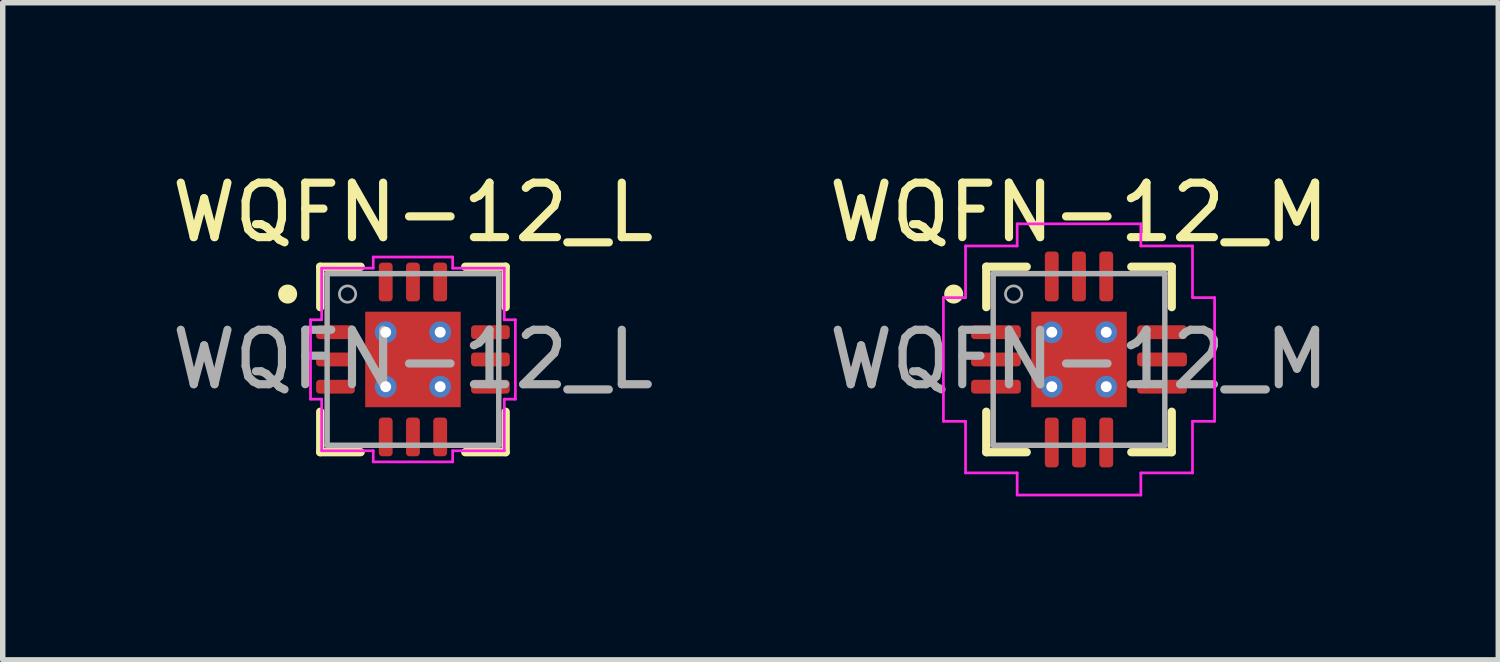
<source format=kicad_pcb>
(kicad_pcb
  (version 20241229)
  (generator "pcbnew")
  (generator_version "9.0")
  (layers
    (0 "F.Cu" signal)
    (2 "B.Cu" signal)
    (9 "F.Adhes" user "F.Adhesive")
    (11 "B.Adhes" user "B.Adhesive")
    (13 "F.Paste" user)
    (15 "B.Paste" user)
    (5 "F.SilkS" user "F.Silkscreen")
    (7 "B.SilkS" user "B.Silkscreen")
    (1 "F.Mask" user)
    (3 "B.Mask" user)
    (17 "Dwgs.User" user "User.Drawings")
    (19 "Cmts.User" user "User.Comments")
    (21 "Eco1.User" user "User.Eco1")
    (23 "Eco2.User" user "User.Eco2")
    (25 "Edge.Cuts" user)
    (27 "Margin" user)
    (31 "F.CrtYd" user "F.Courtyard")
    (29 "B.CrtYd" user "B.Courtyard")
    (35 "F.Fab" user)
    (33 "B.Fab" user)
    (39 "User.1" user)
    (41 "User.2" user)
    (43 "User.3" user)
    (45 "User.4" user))
  (footprint "WQFN-12_L"
    (layer "F.Cu")
    (at 4.53 3.548)
    (property "Reference" "WQFN-12_L" (at 0 -2.7 0) (unlocked yes) (layer "F.SilkS") (effects (font (size 1 1) (thickness 0.15))))
    (attr smd)
    (fp_line (start -1.702 -1.702) (end -1.702 -0.96) (stroke (width 0.152) (type solid)) (layer "F.SilkS"))
    (fp_line (start -1.702 0.96) (end -1.702 1.702) (stroke (width 0.152) (type solid)) (layer "F.SilkS"))
    (fp_line (start -1.702 1.702) (end -0.96 1.702) (stroke (width 0.152) (type solid)) (layer "F.SilkS"))
    (fp_line (start -0.96 -1.702) (end -1.702 -1.702) (stroke (width 0.152) (type solid)) (layer "F.SilkS"))
    (fp_line (start 0.96 1.702) (end 1.702 1.702) (stroke (width 0.152) (type solid)) (layer "F.SilkS"))
    (fp_line (start 1.702 -1.702) (end 0.96 -1.702) (stroke (width 0.152) (type solid)) (layer "F.SilkS"))
    (fp_line (start 1.702 -0.96) (end 1.702 -1.702) (stroke (width 0.152) (type solid)) (layer "F.SilkS"))
    (fp_line (start 1.702 1.702) (end 1.702 0.96) (stroke (width 0.152) (type solid)) (layer "F.SilkS"))
    (fp_circle (center -2.3 -1.2) (end -2.15 -1.2) (stroke (width 0.05) (type solid)) (fill yes) (layer "F.SilkS"))
    (fp_rect (start -0.825 -0.825) (end 0.825 0.825) (stroke (width 0.01) (type solid)) (fill yes) (layer "F.Paste"))
    (fp_line (start -1.88 -0.729) (end -1.676 -0.729) (stroke (width 0.05) (type solid)) (layer "F.CrtYd"))
    (fp_line (start -1.88 0.729) (end -1.88 -0.729) (stroke (width 0.05) (type solid)) (layer "F.CrtYd"))
    (fp_line (start -1.676 -1.676) (end -0.729 -1.676) (stroke (width 0.05) (type solid)) (layer "F.CrtYd"))
    (fp_line (start -1.676 -0.729) (end -1.676 -1.676) (stroke (width 0.05) (type solid)) (layer "F.CrtYd"))
    (fp_line (start -1.676 0.729) (end -1.88 0.729) (stroke (width 0.05) (type solid)) (layer "F.CrtYd"))
    (fp_line (start -1.676 1.676) (end -1.676 0.729) (stroke (width 0.05) (type solid)) (layer "F.CrtYd"))
    (fp_line (start -0.729 -1.88) (end 0.729 -1.88) (stroke (width 0.05) (type solid)) (layer "F.CrtYd"))
    (fp_line (start -0.729 -1.676) (end -0.729 -1.88) (stroke (width 0.05) (type solid)) (layer "F.CrtYd"))
    (fp_line (start -0.729 1.676) (end -1.676 1.676) (stroke (width 0.05) (type solid)) (layer "F.CrtYd"))
    (fp_line (start -0.729 1.88) (end -0.729 1.676) (stroke (width 0.05) (type solid)) (layer "F.CrtYd"))
    (fp_line (start 0.729 -1.88) (end 0.729 -1.676) (stroke (width 0.05) (type solid)) (layer "F.CrtYd"))
    (fp_line (start 0.729 -1.676) (end 1.676 -1.676) (stroke (width 0.05) (type solid)) (layer "F.CrtYd"))
    (fp_line (start 0.729 1.676) (end 0.729 1.88) (stroke (width 0.05) (type solid)) (layer "F.CrtYd"))
    (fp_line (start 0.729 1.88) (end -0.729 1.88) (stroke (width 0.05) (type solid)) (layer "F.CrtYd"))
    (fp_line (start 1.676 -1.676) (end 1.676 -0.729) (stroke (width 0.05) (type solid)) (layer "F.CrtYd"))
    (fp_line (start 1.676 -0.729) (end 1.88 -0.729) (stroke (width 0.05) (type solid)) (layer "F.CrtYd"))
    (fp_line (start 1.676 0.729) (end 1.676 1.676) (stroke (width 0.05) (type solid)) (layer "F.CrtYd"))
    (fp_line (start 1.676 1.676) (end 0.729 1.676) (stroke (width 0.05) (type solid)) (layer "F.CrtYd"))
    (fp_line (start 1.88 -0.729) (end 1.88 0.729) (stroke (width 0.05) (type solid)) (layer "F.CrtYd"))
    (fp_line (start 1.88 0.729) (end 1.676 0.729) (stroke (width 0.05) (type solid)) (layer "F.CrtYd"))
    (fp_line (start -1.575 -1.575) (end -1.575 -1.575) (stroke (width 0.1) (type solid)) (layer "F.Fab"))
    (fp_line (start -1.575 -1.575) (end -1.575 1.575) (stroke (width 0.1) (type solid)) (layer "F.Fab"))
    (fp_line (start -1.575 -0.653) (end -1.575 -0.653) (stroke (width 0.025) (type solid)) (layer "F.Fab"))
    (fp_line (start -1.575 -0.653) (end -1.575 -0.348) (stroke (width 0.025) (type solid)) (layer "F.Fab"))
    (fp_line (start -1.575 -0.348) (end -1.575 -0.653) (stroke (width 0.025) (type solid)) (layer "F.Fab"))
    (fp_line (start -1.575 -0.348) (end -1.575 -0.348) (stroke (width 0.025) (type solid)) (layer "F.Fab"))
    (fp_line (start -1.575 -0.152) (end -1.575 -0.152) (stroke (width 0.025) (type solid)) (layer "F.Fab"))
    (fp_line (start -1.575 -0.152) (end -1.575 0.152) (stroke (width 0.025) (type solid)) (layer "F.Fab"))
    (fp_line (start -1.575 0.152) (end -1.575 -0.152) (stroke (width 0.025) (type solid)) (layer "F.Fab"))
    (fp_line (start -1.575 0.152) (end -1.575 0.152) (stroke (width 0.025) (type solid)) (layer "F.Fab"))
    (fp_line (start -1.575 0.348) (end -1.575 0.348) (stroke (width 0.025) (type solid)) (layer "F.Fab"))
    (fp_line (start -1.575 0.348) (end -1.575 0.653) (stroke (width 0.025) (type solid)) (layer "F.Fab"))
    (fp_line (start -1.575 0.653) (end -1.575 0.348) (stroke (width 0.025) (type solid)) (layer "F.Fab"))
    (fp_line (start -1.575 0.653) (end -1.575 0.653) (stroke (width 0.025) (type solid)) (layer "F.Fab"))
    (fp_line (start -1.575 1.575) (end -1.575 1.575) (stroke (width 0.1) (type solid)) (layer "F.Fab"))
    (fp_line (start -1.575 1.575) (end 1.575 1.575) (stroke (width 0.1) (type solid)) (layer "F.Fab"))
    (fp_line (start -0.653 -1.575) (end -0.653 -1.575) (stroke (width 0.025) (type solid)) (layer "F.Fab"))
    (fp_line (start -0.653 -1.575) (end -0.348 -1.575) (stroke (width 0.025) (type solid)) (layer "F.Fab"))
    (fp_line (start -0.653 1.575) (end -0.653 1.575) (stroke (width 0.025) (type solid)) (layer "F.Fab"))
    (fp_line (start -0.653 1.575) (end -0.348 1.575) (stroke (width 0.025) (type solid)) (layer "F.Fab"))
    (fp_line (start -0.348 -1.575) (end -0.653 -1.575) (stroke (width 0.025) (type solid)) (layer "F.Fab"))
    (fp_line (start -0.348 -1.575) (end -0.348 -1.575) (stroke (width 0.025) (type solid)) (layer "F.Fab"))
    (fp_line (start -0.348 1.575) (end -0.653 1.575) (stroke (width 0.025) (type solid)) (layer "F.Fab"))
    (fp_line (start -0.348 1.575) (end -0.348 1.575) (stroke (width 0.025) (type solid)) (layer "F.Fab"))
    (fp_line (start -0.152 -1.575) (end -0.152 -1.575) (stroke (width 0.025) (type solid)) (layer "F.Fab"))
    (fp_line (start -0.152 -1.575) (end 0.152 -1.575) (stroke (width 0.025) (type solid)) (layer "F.Fab"))
    (fp_line (start -0.152 1.575) (end -0.152 1.575) (stroke (width 0.025) (type solid)) (layer "F.Fab"))
    (fp_line (start -0.152 1.575) (end 0.152 1.575) (stroke (width 0.025) (type solid)) (layer "F.Fab"))
    (fp_line (start 0.152 -1.575) (end -0.152 -1.575) (stroke (width 0.025) (type solid)) (layer "F.Fab"))
    (fp_line (start 0.152 -1.575) (end 0.152 -1.575) (stroke (width 0.025) (type solid)) (layer "F.Fab"))
    (fp_line (start 0.152 1.575) (end -0.152 1.575) (stroke (width 0.025) (type solid)) (layer "F.Fab"))
    (fp_line (start 0.152 1.575) (end 0.152 1.575) (stroke (width 0.025) (type solid)) (layer "F.Fab"))
    (fp_line (start 0.348 -1.575) (end 0.348 -1.575) (stroke (width 0.025) (type solid)) (layer "F.Fab"))
    (fp_line (start 0.348 -1.575) (end 0.653 -1.575) (stroke (width 0.025) (type solid)) (layer "F.Fab"))
    (fp_line (start 0.348 1.575) (end 0.348 1.575) (stroke (width 0.025) (type solid)) (layer "F.Fab"))
    (fp_line (start 0.348 1.575) (end 0.653 1.575) (stroke (width 0.025) (type solid)) (layer "F.Fab"))
    (fp_line (start 0.653 -1.575) (end 0.348 -1.575) (stroke (width 0.025) (type solid)) (layer "F.Fab"))
    (fp_line (start 0.653 -1.575) (end 0.653 -1.575) (stroke (width 0.025) (type solid)) (layer "F.Fab"))
    (fp_line (start 0.653 1.575) (end 0.348 1.575) (stroke (width 0.025) (type solid)) (layer "F.Fab"))
    (fp_line (start 0.653 1.575) (end 0.653 1.575) (stroke (width 0.025) (type solid)) (layer "F.Fab"))
    (fp_line (start 1.575 -1.575) (end -1.575 -1.575) (stroke (width 0.1) (type solid)) (layer "F.Fab"))
    (fp_line (start 1.575 -1.575) (end 1.575 -1.575) (stroke (width 0.1) (type solid)) (layer "F.Fab"))
    (fp_line (start 1.575 -0.653) (end 1.575 -0.653) (stroke (width 0.025) (type solid)) (layer "F.Fab"))
    (fp_line (start 1.575 -0.653) (end 1.575 -0.348) (stroke (width 0.025) (type solid)) (layer "F.Fab"))
    (fp_line (start 1.575 -0.348) (end 1.575 -0.653) (stroke (width 0.025) (type solid)) (layer "F.Fab"))
    (fp_line (start 1.575 -0.348) (end 1.575 -0.348) (stroke (width 0.025) (type solid)) (layer "F.Fab"))
    (fp_line (start 1.575 -0.152) (end 1.575 -0.152) (stroke (width 0.025) (type solid)) (layer "F.Fab"))
    (fp_line (start 1.575 -0.152) (end 1.575 0.152) (stroke (width 0.025) (type solid)) (layer "F.Fab"))
    (fp_line (start 1.575 0.152) (end 1.575 -0.152) (stroke (width 0.025) (type solid)) (layer "F.Fab"))
    (fp_line (start 1.575 0.152) (end 1.575 0.152) (stroke (width 0.025) (type solid)) (layer "F.Fab"))
    (fp_line (start 1.575 0.348) (end 1.575 0.348) (stroke (width 0.025) (type solid)) (layer "F.Fab"))
    (fp_line (start 1.575 0.348) (end 1.575 0.653) (stroke (width 0.025) (type solid)) (layer "F.Fab"))
    (fp_line (start 1.575 0.653) (end 1.575 0.348) (stroke (width 0.025) (type solid)) (layer "F.Fab"))
    (fp_line (start 1.575 0.653) (end 1.575 0.653) (stroke (width 0.025) (type solid)) (layer "F.Fab"))
    (fp_line (start 1.575 1.575) (end 1.575 -1.575) (stroke (width 0.1) (type solid)) (layer "F.Fab"))
    (fp_line (start 1.575 1.575) (end 1.575 1.575) (stroke (width 0.1) (type solid)) (layer "F.Fab"))
    (fp_circle (center -1.2 -1.2) (end -1.05 -1.2) (stroke (width 0.05) (type solid)) (fill no) (layer "F.Fab"))
    (fp_text user "${REFERENCE}" (at 0 0 0) (unlocked yes) (layer "F.Fab") (effects (font (size 1 1) (thickness 0.15))))
    (pad "1" smd roundrect (at -1.422 -0.5 90) (size 0.254 0.711) (layers "F.Cu" "F.Mask" "F.Paste") (roundrect_rratio 0.25))
    (pad "2" smd roundrect (at -1.422 0 90) (size 0.254 0.711) (layers "F.Cu" "F.Mask" "F.Paste") (roundrect_rratio 0.25))
    (pad "3" smd roundrect (at -1.422 0.5 90) (size 0.254 0.711) (layers "F.Cu" "F.Mask" "F.Paste") (roundrect_rratio 0.25))
    (pad "4" smd roundrect (at -0.5 1.422) (size 0.254 0.711) (layers "F.Cu" "F.Mask" "F.Paste") (roundrect_rratio 0.25))
    (pad "5" smd roundrect (at 0 1.422) (size 0.254 0.711) (layers "F.Cu" "F.Mask" "F.Paste") (roundrect_rratio 0.25))
    (pad "6" smd roundrect (at 0.5 1.422) (size 0.254 0.711) (layers "F.Cu" "F.Mask" "F.Paste") (roundrect_rratio 0.25))
    (pad "7" smd roundrect (at 1.422 0.5 90) (size 0.254 0.711) (layers "F.Cu" "F.Mask" "F.Paste") (roundrect_rratio 0.25))
    (pad "8" smd roundrect (at 1.422 0 90) (size 0.254 0.711) (layers "F.Cu" "F.Mask" "F.Paste") (roundrect_rratio 0.25))
    (pad "9" smd roundrect (at 1.422 -0.5 90) (size 0.254 0.711) (layers "F.Cu" "F.Mask" "F.Paste") (roundrect_rratio 0.25))
    (pad "10" smd roundrect (at 0.5 -1.422) (size 0.254 0.711) (layers "F.Cu" "F.Mask" "F.Paste") (roundrect_rratio 0.25))
    (pad "11" smd roundrect (at 0 -1.422) (size 0.254 0.711) (layers "F.Cu" "F.Mask" "F.Paste") (roundrect_rratio 0.25))
    (pad "12" smd roundrect (at -0.5 -1.422) (size 0.254 0.711) (layers "F.Cu" "F.Mask" "F.Paste") (roundrect_rratio 0.25))
    (pad "13" thru_hole circle (at -0.5 -0.5) (size 0.4 0.4) (drill 0.2) (layers "*.Cu" "*.Mask"))
    (pad "13" thru_hole circle (at -0.5 0.5) (size 0.4 0.4) (drill 0.2) (layers "*.Cu" "*.Mask"))
    (pad "13" smd rect (at 0 0) (size 1.753 1.753) (layers "F.Cu" "F.Mask"))
    (pad "13" thru_hole circle (at 0.5 -0.5) (size 0.4 0.4) (drill 0.2) (layers "*.Cu" "*.Mask"))
    (pad "13" thru_hole circle (at 0.5 0.5) (size 0.4 0.4) (drill 0.2) (layers "*.Cu" "*.Mask")))
  (footprint "WQFN-12_M"
    (layer "F.Cu")
    (at 16.756 3.548)
    (property "Reference" "WQFN-12_M" (at 0 -2.7 0) (unlocked yes) (layer "F.SilkS") (effects (font (size 1 1) (thickness 0.15))))
    (attr smd)
    (fp_line (start -1.702 -1.702) (end -1.702 -0.96) (stroke (width 0.152) (type solid)) (layer "F.SilkS"))
    (fp_line (start -1.702 0.96) (end -1.702 1.702) (stroke (width 0.152) (type solid)) (layer "F.SilkS"))
    (fp_line (start -1.702 1.702) (end -0.96 1.702) (stroke (width 0.152) (type solid)) (layer "F.SilkS"))
    (fp_line (start -0.96 -1.702) (end -1.702 -1.702) (stroke (width 0.152) (type solid)) (layer "F.SilkS"))
    (fp_line (start 0.96 1.702) (end 1.702 1.702) (stroke (width 0.152) (type solid)) (layer "F.SilkS"))
    (fp_line (start 1.702 -1.702) (end 0.96 -1.702) (stroke (width 0.152) (type solid)) (layer "F.SilkS"))
    (fp_line (start 1.702 -0.96) (end 1.702 -1.702) (stroke (width 0.152) (type solid)) (layer "F.SilkS"))
    (fp_line (start 1.702 1.702) (end 1.702 0.96) (stroke (width 0.152) (type solid)) (layer "F.SilkS"))
    (fp_circle (center -2.3 -1.2) (end -2.15 -1.2) (stroke (width 0.05) (type solid)) (fill yes) (layer "F.SilkS"))
    (fp_rect (start -0.825 -0.825) (end 0.825 0.825) (stroke (width 0.01) (type solid)) (fill yes) (layer "F.Paste"))
    (fp_line (start -2.489 -1.135) (end -2.083 -1.135) (stroke (width 0.05) (type solid)) (layer "F.CrtYd"))
    (fp_line (start -2.489 1.135) (end -2.489 -1.135) (stroke (width 0.05) (type solid)) (layer "F.CrtYd"))
    (fp_line (start -2.083 -2.083) (end -1.135 -2.083) (stroke (width 0.05) (type solid)) (layer "F.CrtYd"))
    (fp_line (start -2.083 -1.135) (end -2.083 -2.083) (stroke (width 0.05) (type solid)) (layer "F.CrtYd"))
    (fp_line (start -2.083 1.135) (end -2.489 1.135) (stroke (width 0.05) (type solid)) (layer "F.CrtYd"))
    (fp_line (start -2.083 2.083) (end -2.083 1.135) (stroke (width 0.05) (type solid)) (layer "F.CrtYd"))
    (fp_line (start -1.135 -2.489) (end 1.135 -2.489) (stroke (width 0.05) (type solid)) (layer "F.CrtYd"))
    (fp_line (start -1.135 -2.083) (end -1.135 -2.489) (stroke (width 0.05) (type solid)) (layer "F.CrtYd"))
    (fp_line (start -1.135 2.083) (end -2.083 2.083) (stroke (width 0.05) (type solid)) (layer "F.CrtYd"))
    (fp_line (start -1.135 2.489) (end -1.135 2.083) (stroke (width 0.05) (type solid)) (layer "F.CrtYd"))
    (fp_line (start 1.135 -2.489) (end 1.135 -2.083) (stroke (width 0.05) (type solid)) (layer "F.CrtYd"))
    (fp_line (start 1.135 -2.083) (end 2.083 -2.083) (stroke (width 0.05) (type solid)) (layer "F.CrtYd"))
    (fp_line (start 1.135 2.083) (end 1.135 2.489) (stroke (width 0.05) (type solid)) (layer "F.CrtYd"))
    (fp_line (start 1.135 2.489) (end -1.135 2.489) (stroke (width 0.05) (type solid)) (layer "F.CrtYd"))
    (fp_line (start 2.083 -2.083) (end 2.083 -1.135) (stroke (width 0.05) (type solid)) (layer "F.CrtYd"))
    (fp_line (start 2.083 -1.135) (end 2.489 -1.135) (stroke (width 0.05) (type solid)) (layer "F.CrtYd"))
    (fp_line (start 2.083 1.135) (end 2.083 2.083) (stroke (width 0.05) (type solid)) (layer "F.CrtYd"))
    (fp_line (start 2.083 2.083) (end 1.135 2.083) (stroke (width 0.05) (type solid)) (layer "F.CrtYd"))
    (fp_line (start 2.489 -1.135) (end 2.489 1.135) (stroke (width 0.05) (type solid)) (layer "F.CrtYd"))
    (fp_line (start 2.489 1.135) (end 2.083 1.135) (stroke (width 0.05) (type solid)) (layer "F.CrtYd"))
    (fp_line (start -1.575 -1.575) (end -1.575 -1.575) (stroke (width 0.1) (type solid)) (layer "F.Fab"))
    (fp_line (start -1.575 -1.575) (end -1.575 1.575) (stroke (width 0.1) (type solid)) (layer "F.Fab"))
    (fp_line (start -1.575 -0.653) (end -1.575 -0.653) (stroke (width 0.025) (type solid)) (layer "F.Fab"))
    (fp_line (start -1.575 -0.653) (end -1.575 -0.348) (stroke (width 0.025) (type solid)) (layer "F.Fab"))
    (fp_line (start -1.575 -0.348) (end -1.575 -0.653) (stroke (width 0.025) (type solid)) (layer "F.Fab"))
    (fp_line (start -1.575 -0.348) (end -1.575 -0.348) (stroke (width 0.025) (type solid)) (layer "F.Fab"))
    (fp_line (start -1.575 -0.152) (end -1.575 -0.152) (stroke (width 0.025) (type solid)) (layer "F.Fab"))
    (fp_line (start -1.575 -0.152) (end -1.575 0.152) (stroke (width 0.025) (type solid)) (layer "F.Fab"))
    (fp_line (start -1.575 0.152) (end -1.575 -0.152) (stroke (width 0.025) (type solid)) (layer "F.Fab"))
    (fp_line (start -1.575 0.152) (end -1.575 0.152) (stroke (width 0.025) (type solid)) (layer "F.Fab"))
    (fp_line (start -1.575 0.348) (end -1.575 0.348) (stroke (width 0.025) (type solid)) (layer "F.Fab"))
    (fp_line (start -1.575 0.348) (end -1.575 0.653) (stroke (width 0.025) (type solid)) (layer "F.Fab"))
    (fp_line (start -1.575 0.653) (end -1.575 0.348) (stroke (width 0.025) (type solid)) (layer "F.Fab"))
    (fp_line (start -1.575 0.653) (end -1.575 0.653) (stroke (width 0.025) (type solid)) (layer "F.Fab"))
    (fp_line (start -1.575 1.575) (end -1.575 1.575) (stroke (width 0.1) (type solid)) (layer "F.Fab"))
    (fp_line (start -1.575 1.575) (end 1.575 1.575) (stroke (width 0.1) (type solid)) (layer "F.Fab"))
    (fp_line (start -0.653 -1.575) (end -0.653 -1.575) (stroke (width 0.025) (type solid)) (layer "F.Fab"))
    (fp_line (start -0.653 -1.575) (end -0.348 -1.575) (stroke (width 0.025) (type solid)) (layer "F.Fab"))
    (fp_line (start -0.653 1.575) (end -0.653 1.575) (stroke (width 0.025) (type solid)) (layer "F.Fab"))
    (fp_line (start -0.653 1.575) (end -0.348 1.575) (stroke (width 0.025) (type solid)) (layer "F.Fab"))
    (fp_line (start -0.348 -1.575) (end -0.653 -1.575) (stroke (width 0.025) (type solid)) (layer "F.Fab"))
    (fp_line (start -0.348 -1.575) (end -0.348 -1.575) (stroke (width 0.025) (type solid)) (layer "F.Fab"))
    (fp_line (start -0.348 1.575) (end -0.653 1.575) (stroke (width 0.025) (type solid)) (layer "F.Fab"))
    (fp_line (start -0.348 1.575) (end -0.348 1.575) (stroke (width 0.025) (type solid)) (layer "F.Fab"))
    (fp_line (start -0.152 -1.575) (end -0.152 -1.575) (stroke (width 0.025) (type solid)) (layer "F.Fab"))
    (fp_line (start -0.152 -1.575) (end 0.152 -1.575) (stroke (width 0.025) (type solid)) (layer "F.Fab"))
    (fp_line (start -0.152 1.575) (end -0.152 1.575) (stroke (width 0.025) (type solid)) (layer "F.Fab"))
    (fp_line (start -0.152 1.575) (end 0.152 1.575) (stroke (width 0.025) (type solid)) (layer "F.Fab"))
    (fp_line (start 0.152 -1.575) (end -0.152 -1.575) (stroke (width 0.025) (type solid)) (layer "F.Fab"))
    (fp_line (start 0.152 -1.575) (end 0.152 -1.575) (stroke (width 0.025) (type solid)) (layer "F.Fab"))
    (fp_line (start 0.152 1.575) (end -0.152 1.575) (stroke (width 0.025) (type solid)) (layer "F.Fab"))
    (fp_line (start 0.152 1.575) (end 0.152 1.575) (stroke (width 0.025) (type solid)) (layer "F.Fab"))
    (fp_line (start 0.348 -1.575) (end 0.348 -1.575) (stroke (width 0.025) (type solid)) (layer "F.Fab"))
    (fp_line (start 0.348 -1.575) (end 0.653 -1.575) (stroke (width 0.025) (type solid)) (layer "F.Fab"))
    (fp_line (start 0.348 1.575) (end 0.348 1.575) (stroke (width 0.025) (type solid)) (layer "F.Fab"))
    (fp_line (start 0.348 1.575) (end 0.653 1.575) (stroke (width 0.025) (type solid)) (layer "F.Fab"))
    (fp_line (start 0.653 -1.575) (end 0.348 -1.575) (stroke (width 0.025) (type solid)) (layer "F.Fab"))
    (fp_line (start 0.653 -1.575) (end 0.653 -1.575) (stroke (width 0.025) (type solid)) (layer "F.Fab"))
    (fp_line (start 0.653 1.575) (end 0.348 1.575) (stroke (width 0.025) (type solid)) (layer "F.Fab"))
    (fp_line (start 0.653 1.575) (end 0.653 1.575) (stroke (width 0.025) (type solid)) (layer "F.Fab"))
    (fp_line (start 1.575 -1.575) (end -1.575 -1.575) (stroke (width 0.1) (type solid)) (layer "F.Fab"))
    (fp_line (start 1.575 -1.575) (end 1.575 -1.575) (stroke (width 0.1) (type solid)) (layer "F.Fab"))
    (fp_line (start 1.575 -0.653) (end 1.575 -0.653) (stroke (width 0.025) (type solid)) (layer "F.Fab"))
    (fp_line (start 1.575 -0.653) (end 1.575 -0.348) (stroke (width 0.025) (type solid)) (layer "F.Fab"))
    (fp_line (start 1.575 -0.348) (end 1.575 -0.653) (stroke (width 0.025) (type solid)) (layer "F.Fab"))
    (fp_line (start 1.575 -0.348) (end 1.575 -0.348) (stroke (width 0.025) (type solid)) (layer "F.Fab"))
    (fp_line (start 1.575 -0.152) (end 1.575 -0.152) (stroke (width 0.025) (type solid)) (layer "F.Fab"))
    (fp_line (start 1.575 -0.152) (end 1.575 0.152) (stroke (width 0.025) (type solid)) (layer "F.Fab"))
    (fp_line (start 1.575 0.152) (end 1.575 -0.152) (stroke (width 0.025) (type solid)) (layer "F.Fab"))
    (fp_line (start 1.575 0.152) (end 1.575 0.152) (stroke (width 0.025) (type solid)) (layer "F.Fab"))
    (fp_line (start 1.575 0.348) (end 1.575 0.348) (stroke (width 0.025) (type solid)) (layer "F.Fab"))
    (fp_line (start 1.575 0.348) (end 1.575 0.653) (stroke (width 0.025) (type solid)) (layer "F.Fab"))
    (fp_line (start 1.575 0.653) (end 1.575 0.348) (stroke (width 0.025) (type solid)) (layer "F.Fab"))
    (fp_line (start 1.575 0.653) (end 1.575 0.653) (stroke (width 0.025) (type solid)) (layer "F.Fab"))
    (fp_line (start 1.575 1.575) (end 1.575 -1.575) (stroke (width 0.1) (type solid)) (layer "F.Fab"))
    (fp_line (start 1.575 1.575) (end 1.575 1.575) (stroke (width 0.1) (type solid)) (layer "F.Fab"))
    (fp_circle (center -1.2 -1.2) (end -1.05 -1.2) (stroke (width 0.05) (type solid)) (fill no) (layer "F.Fab"))
    (fp_text user "${REFERENCE}" (at 0 0 0) (unlocked yes) (layer "F.Fab") (effects (font (size 1 1) (thickness 0.15))))
    (pad "1" smd roundrect (at -1.524 -0.5 90) (size 0.254 0.914) (layers "F.Cu" "F.Mask" "F.Paste") (roundrect_rratio 0.25))
    (pad "2" smd roundrect (at -1.524 0 90) (size 0.254 0.914) (layers "F.Cu" "F.Mask" "F.Paste") (roundrect_rratio 0.25))
    (pad "3" smd roundrect (at -1.524 0.5 90) (size 0.254 0.914) (layers "F.Cu" "F.Mask" "F.Paste") (roundrect_rratio 0.25))
    (pad "4" smd roundrect (at -0.5 1.524) (size 0.254 0.914) (layers "F.Cu" "F.Mask" "F.Paste") (roundrect_rratio 0.25))
    (pad "5" smd roundrect (at 0 1.524) (size 0.254 0.914) (layers "F.Cu" "F.Mask" "F.Paste") (roundrect_rratio 0.25))
    (pad "6" smd roundrect (at 0.5 1.524) (size 0.254 0.914) (layers "F.Cu" "F.Mask" "F.Paste") (roundrect_rratio 0.25))
    (pad "7" smd roundrect (at 1.524 0.5 90) (size 0.254 0.914) (layers "F.Cu" "F.Mask" "F.Paste") (roundrect_rratio 0.25))
    (pad "8" smd roundrect (at 1.524 0 90) (size 0.254 0.914) (layers "F.Cu" "F.Mask" "F.Paste") (roundrect_rratio 0.25))
    (pad "9" smd roundrect (at 1.524 -0.5 90) (size 0.254 0.914) (layers "F.Cu" "F.Mask" "F.Paste") (roundrect_rratio 0.25))
    (pad "10" smd roundrect (at 0.5 -1.524) (size 0.254 0.914) (layers "F.Cu" "F.Mask" "F.Paste") (roundrect_rratio 0.25))
    (pad "11" smd roundrect (at 0 -1.524) (size 0.254 0.914) (layers "F.Cu" "F.Mask" "F.Paste") (roundrect_rratio 0.25))
    (pad "12" smd roundrect (at -0.5 -1.524) (size 0.254 0.914) (layers "F.Cu" "F.Mask" "F.Paste") (roundrect_rratio 0.25))
    (pad "13" thru_hole circle (at -0.5 -0.5) (size 0.4 0.4) (drill 0.2) (layers "*.Cu" "*.Mask"))
    (pad "13" thru_hole circle (at -0.5 0.5) (size 0.4 0.4) (drill 0.2) (layers "*.Cu" "*.Mask"))
    (pad "13" smd rect (at 0 0) (size 1.753 1.753) (layers "F.Cu" "F.Mask"))
    (pad "13" thru_hole circle (at 0.5 -0.5) (size 0.4 0.4) (drill 0.2) (layers "*.Cu" "*.Mask"))
    (pad "13" thru_hole circle (at 0.5 0.5) (size 0.4 0.4) (drill 0.2) (layers "*.Cu" "*.Mask")))
  (gr_rect
    (start -3 -3)
    (end 24.452 9.062)
    (stroke (width 0.1) (type default))
    (fill no)
    (layer "Edge.Cuts")))
</source>
